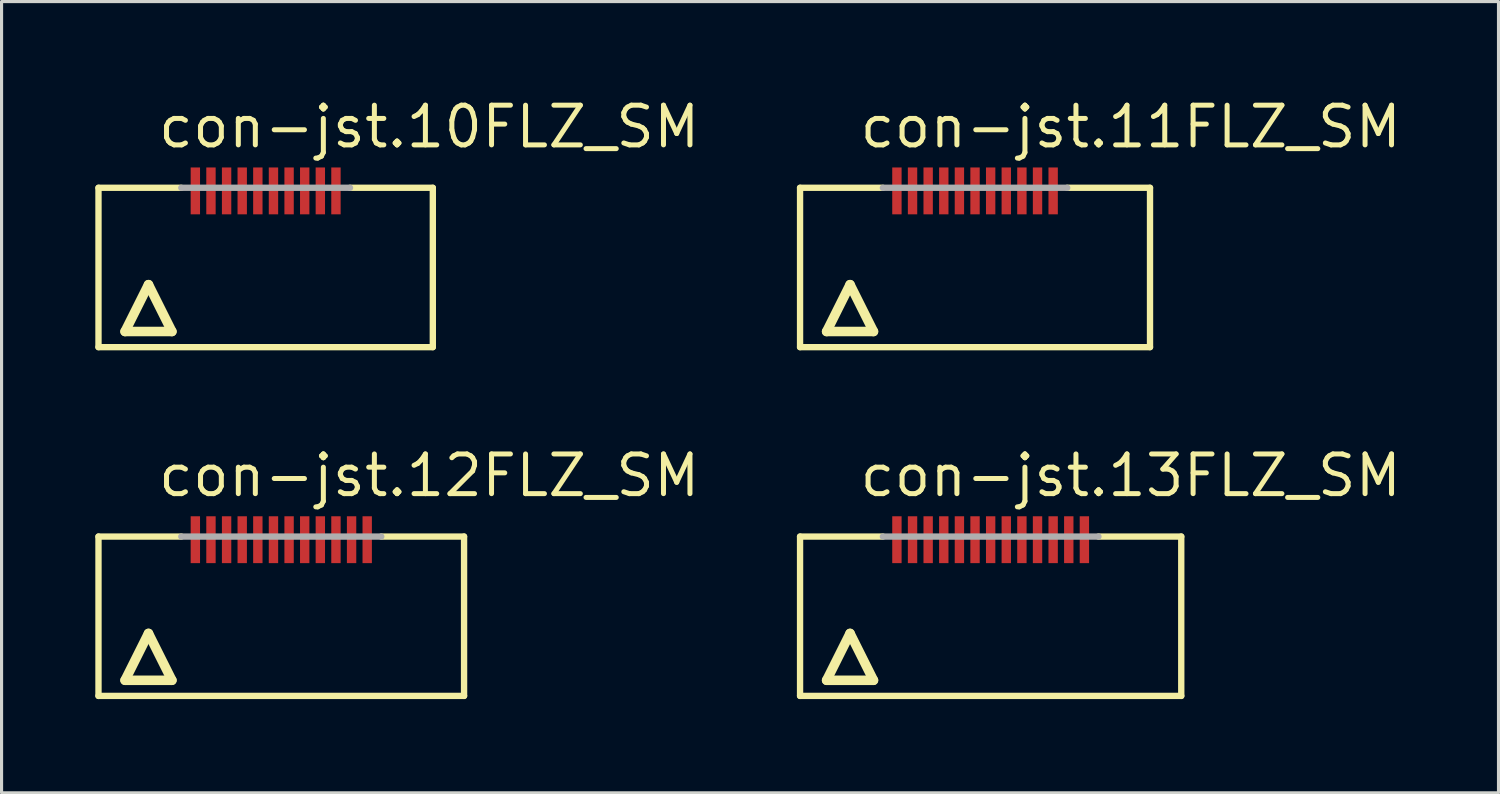
<source format=kicad_pcb>
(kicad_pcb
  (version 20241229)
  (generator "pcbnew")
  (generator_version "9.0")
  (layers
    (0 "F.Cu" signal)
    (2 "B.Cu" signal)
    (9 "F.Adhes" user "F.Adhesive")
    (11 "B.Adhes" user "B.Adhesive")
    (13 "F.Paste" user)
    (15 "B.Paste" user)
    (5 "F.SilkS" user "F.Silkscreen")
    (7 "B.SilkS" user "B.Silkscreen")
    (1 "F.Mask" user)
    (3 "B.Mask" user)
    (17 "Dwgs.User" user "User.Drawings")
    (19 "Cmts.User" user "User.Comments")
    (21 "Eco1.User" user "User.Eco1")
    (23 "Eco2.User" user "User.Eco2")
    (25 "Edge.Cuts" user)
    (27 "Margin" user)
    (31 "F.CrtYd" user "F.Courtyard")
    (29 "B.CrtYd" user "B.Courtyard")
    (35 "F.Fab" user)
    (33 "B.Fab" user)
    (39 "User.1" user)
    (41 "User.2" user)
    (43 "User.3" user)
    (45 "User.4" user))
  (footprint "con-jst.12FLZ_SM"
    (layer "F.Cu")
    (at 5.952 16.722)
    (property "Reference" "con-jst.12FLZ_SM" (at -4.02 -3.81 0) (layer "F.SilkS") (effects (font (size 1.27 1.27) (thickness 0.16)) (justify left bottom)))
    (attr smd)
    (fp_line (start -5.85 -2.6) (end -3.2 -2.6) (stroke (width 0.203) (type default)) (layer "F.SilkS"))
    (fp_line (start -5.85 2.5) (end -5.85 -2.6) (stroke (width 0.203) (type default)) (layer "F.SilkS"))
    (fp_line (start -5 2) (end -3.5 2) (stroke (width 0.305) (type default)) (layer "F.SilkS"))
    (fp_line (start -4.25 0.5) (end -5 2) (stroke (width 0.305) (type default)) (layer "F.SilkS"))
    (fp_line (start -3.5 2) (end -4.25 0.5) (stroke (width 0.305) (type default)) (layer "F.SilkS"))
    (fp_line (start 3.2 -2.6) (end 5.85 -2.6) (stroke (width 0.203) (type default)) (layer "F.SilkS"))
    (fp_line (start 5.85 -2.6) (end 5.85 2.5) (stroke (width 0.203) (type default)) (layer "F.SilkS"))
    (fp_line (start 5.85 2.5) (end -5.85 2.5) (stroke (width 0.203) (type default)) (layer "F.SilkS"))
    (fp_line (start -3.2 -2.6) (end 3.2 -2.6) (stroke (width 0.203) (type default)) (layer "F.Fab"))
    (pad "1" smd roundrect (at -2.75 -2.5) (size 0.3 1.5) (layers "F.Cu" "F.Mask" "F.Paste") (roundrect_rratio 0.01))
    (pad "2" smd roundrect (at -2.25 -2.5) (size 0.3 1.5) (layers "F.Cu" "F.Mask" "F.Paste") (roundrect_rratio 0.01))
    (pad "3" smd roundrect (at -1.75 -2.5) (size 0.3 1.5) (layers "F.Cu" "F.Mask" "F.Paste") (roundrect_rratio 0.01))
    (pad "4" smd roundrect (at -1.25 -2.5) (size 0.3 1.5) (layers "F.Cu" "F.Mask" "F.Paste") (roundrect_rratio 0.01))
    (pad "5" smd roundrect (at -0.75 -2.5) (size 0.3 1.5) (layers "F.Cu" "F.Mask" "F.Paste") (roundrect_rratio 0.01))
    (pad "6" smd roundrect (at -0.25 -2.5) (size 0.3 1.5) (layers "F.Cu" "F.Mask" "F.Paste") (roundrect_rratio 0.01))
    (pad "7" smd roundrect (at 0.25 -2.5) (size 0.3 1.5) (layers "F.Cu" "F.Mask" "F.Paste") (roundrect_rratio 0.01))
    (pad "8" smd roundrect (at 0.75 -2.5) (size 0.3 1.5) (layers "F.Cu" "F.Mask" "F.Paste") (roundrect_rratio 0.01))
    (pad "9" smd roundrect (at 1.25 -2.5) (size 0.3 1.5) (layers "F.Cu" "F.Mask" "F.Paste") (roundrect_rratio 0.01))
    (pad "10" smd roundrect (at 1.75 -2.5) (size 0.3 1.5) (layers "F.Cu" "F.Mask" "F.Paste") (roundrect_rratio 0.01))
    (pad "11" smd roundrect (at 2.25 -2.5) (size 0.3 1.5) (layers "F.Cu" "F.Mask" "F.Paste") (roundrect_rratio 0.01))
    (pad "12" smd roundrect (at 2.75 -2.5) (size 0.3 1.5) (layers "F.Cu" "F.Mask" "F.Paste") (roundrect_rratio 0.01)))
  (footprint "con-jst.10FLZ_SM"
    (layer "F.Cu")
    (at 5.452 5.56)
    (property "Reference" "con-jst.10FLZ_SM" (at -3.52 -3.81 0) (layer "F.SilkS") (effects (font (size 1.27 1.27) (thickness 0.16)) (justify left bottom)))
    (attr smd)
    (fp_line (start -5.35 -2.6) (end -2.7 -2.6) (stroke (width 0.203) (type default)) (layer "F.SilkS"))
    (fp_line (start -5.35 2.5) (end -5.35 -2.6) (stroke (width 0.203) (type default)) (layer "F.SilkS"))
    (fp_line (start -4.5 2) (end -3 2) (stroke (width 0.305) (type default)) (layer "F.SilkS"))
    (fp_line (start -3.75 0.5) (end -4.5 2) (stroke (width 0.305) (type default)) (layer "F.SilkS"))
    (fp_line (start -3 2) (end -3.75 0.5) (stroke (width 0.305) (type default)) (layer "F.SilkS"))
    (fp_line (start 2.7 -2.6) (end 5.35 -2.6) (stroke (width 0.203) (type default)) (layer "F.SilkS"))
    (fp_line (start 5.35 -2.6) (end 5.35 2.5) (stroke (width 0.203) (type default)) (layer "F.SilkS"))
    (fp_line (start 5.35 2.5) (end -5.35 2.5) (stroke (width 0.203) (type default)) (layer "F.SilkS"))
    (fp_line (start -2.7 -2.6) (end 2.7 -2.6) (stroke (width 0.203) (type default)) (layer "F.Fab"))
    (pad "1" smd roundrect (at -2.25 -2.5) (size 0.3 1.5) (layers "F.Cu" "F.Mask" "F.Paste") (roundrect_rratio 0.01))
    (pad "2" smd roundrect (at -1.75 -2.5) (size 0.3 1.5) (layers "F.Cu" "F.Mask" "F.Paste") (roundrect_rratio 0.01))
    (pad "3" smd roundrect (at -1.25 -2.5) (size 0.3 1.5) (layers "F.Cu" "F.Mask" "F.Paste") (roundrect_rratio 0.01))
    (pad "4" smd roundrect (at -0.75 -2.5) (size 0.3 1.5) (layers "F.Cu" "F.Mask" "F.Paste") (roundrect_rratio 0.01))
    (pad "5" smd roundrect (at -0.25 -2.5) (size 0.3 1.5) (layers "F.Cu" "F.Mask" "F.Paste") (roundrect_rratio 0.01))
    (pad "6" smd roundrect (at 0.25 -2.5) (size 0.3 1.5) (layers "F.Cu" "F.Mask" "F.Paste") (roundrect_rratio 0.01))
    (pad "7" smd roundrect (at 0.75 -2.5) (size 0.3 1.5) (layers "F.Cu" "F.Mask" "F.Paste") (roundrect_rratio 0.01))
    (pad "8" smd roundrect (at 1.25 -2.5) (size 0.3 1.5) (layers "F.Cu" "F.Mask" "F.Paste") (roundrect_rratio 0.01))
    (pad "9" smd roundrect (at 1.75 -2.5) (size 0.3 1.5) (layers "F.Cu" "F.Mask" "F.Paste") (roundrect_rratio 0.01))
    (pad "10" smd roundrect (at 2.25 -2.5) (size 0.3 1.5) (layers "F.Cu" "F.Mask" "F.Paste") (roundrect_rratio 0.01)))
  (footprint "con-jst.11FLZ_SM"
    (layer "F.Cu")
    (at 28.155 5.56)
    (property "Reference" "con-jst.11FLZ_SM" (at -3.77 -3.81 0) (layer "F.SilkS") (effects (font (size 1.27 1.27) (thickness 0.16)) (justify left bottom)))
    (attr smd)
    (fp_line (start -5.6 -2.6) (end -2.95 -2.6) (stroke (width 0.203) (type default)) (layer "F.SilkS"))
    (fp_line (start -5.6 2.5) (end -5.6 -2.6) (stroke (width 0.203) (type default)) (layer "F.SilkS"))
    (fp_line (start -4.75 2) (end -3.25 2) (stroke (width 0.305) (type default)) (layer "F.SilkS"))
    (fp_line (start -4 0.5) (end -4.75 2) (stroke (width 0.305) (type default)) (layer "F.SilkS"))
    (fp_line (start -3.25 2) (end -4 0.5) (stroke (width 0.305) (type default)) (layer "F.SilkS"))
    (fp_line (start 2.95 -2.6) (end 5.6 -2.6) (stroke (width 0.203) (type default)) (layer "F.SilkS"))
    (fp_line (start 5.6 -2.6) (end 5.6 2.5) (stroke (width 0.203) (type default)) (layer "F.SilkS"))
    (fp_line (start 5.6 2.5) (end -5.6 2.5) (stroke (width 0.203) (type default)) (layer "F.SilkS"))
    (fp_line (start -2.95 -2.6) (end 2.95 -2.6) (stroke (width 0.203) (type default)) (layer "F.Fab"))
    (pad "1" smd roundrect (at -2.5 -2.5) (size 0.3 1.5) (layers "F.Cu" "F.Mask" "F.Paste") (roundrect_rratio 0.01))
    (pad "2" smd roundrect (at -2 -2.5) (size 0.3 1.5) (layers "F.Cu" "F.Mask" "F.Paste") (roundrect_rratio 0.01))
    (pad "3" smd roundrect (at -1.5 -2.5) (size 0.3 1.5) (layers "F.Cu" "F.Mask" "F.Paste") (roundrect_rratio 0.01))
    (pad "4" smd roundrect (at -1 -2.5) (size 0.3 1.5) (layers "F.Cu" "F.Mask" "F.Paste") (roundrect_rratio 0.01))
    (pad "5" smd roundrect (at -0.5 -2.5) (size 0.3 1.5) (layers "F.Cu" "F.Mask" "F.Paste") (roundrect_rratio 0.01))
    (pad "6" smd roundrect (at 0 -2.5) (size 0.3 1.5) (layers "F.Cu" "F.Mask" "F.Paste") (roundrect_rratio 0.01))
    (pad "7" smd roundrect (at 0.5 -2.5) (size 0.3 1.5) (layers "F.Cu" "F.Mask" "F.Paste") (roundrect_rratio 0.01))
    (pad "8" smd roundrect (at 1 -2.5) (size 0.3 1.5) (layers "F.Cu" "F.Mask" "F.Paste") (roundrect_rratio 0.01))
    (pad "9" smd roundrect (at 1.5 -2.5) (size 0.3 1.5) (layers "F.Cu" "F.Mask" "F.Paste") (roundrect_rratio 0.01))
    (pad "10" smd roundrect (at 2 -2.5) (size 0.3 1.5) (layers "F.Cu" "F.Mask" "F.Paste") (roundrect_rratio 0.01))
    (pad "11" smd roundrect (at 2.5 -2.5) (size 0.3 1.5) (layers "F.Cu" "F.Mask" "F.Paste") (roundrect_rratio 0.01)))
  (footprint "con-jst.13FLZ_SM"
    (layer "F.Cu")
    (at 28.655 16.722)
    (property "Reference" "con-jst.13FLZ_SM" (at -4.27 -3.81 0) (layer "F.SilkS") (effects (font (size 1.27 1.27) (thickness 0.16)) (justify left bottom)))
    (attr smd)
    (fp_line (start -6.1 -2.6) (end -3.45 -2.6) (stroke (width 0.203) (type default)) (layer "F.SilkS"))
    (fp_line (start -6.1 2.5) (end -6.1 -2.6) (stroke (width 0.203) (type default)) (layer "F.SilkS"))
    (fp_line (start -5.25 2) (end -3.75 2) (stroke (width 0.305) (type default)) (layer "F.SilkS"))
    (fp_line (start -4.5 0.5) (end -5.25 2) (stroke (width 0.305) (type default)) (layer "F.SilkS"))
    (fp_line (start -3.75 2) (end -4.5 0.5) (stroke (width 0.305) (type default)) (layer "F.SilkS"))
    (fp_line (start 3.45 -2.6) (end 6.1 -2.6) (stroke (width 0.203) (type default)) (layer "F.SilkS"))
    (fp_line (start 6.1 -2.6) (end 6.1 2.5) (stroke (width 0.203) (type default)) (layer "F.SilkS"))
    (fp_line (start 6.1 2.5) (end -6.1 2.5) (stroke (width 0.203) (type default)) (layer "F.SilkS"))
    (fp_line (start -3.45 -2.6) (end 3.45 -2.6) (stroke (width 0.203) (type default)) (layer "F.Fab"))
    (pad "1" smd roundrect (at -3 -2.5) (size 0.3 1.5) (layers "F.Cu" "F.Mask" "F.Paste") (roundrect_rratio 0.01))
    (pad "2" smd roundrect (at -2.5 -2.5) (size 0.3 1.5) (layers "F.Cu" "F.Mask" "F.Paste") (roundrect_rratio 0.01))
    (pad "3" smd roundrect (at -2 -2.5) (size 0.3 1.5) (layers "F.Cu" "F.Mask" "F.Paste") (roundrect_rratio 0.01))
    (pad "4" smd roundrect (at -1.5 -2.5) (size 0.3 1.5) (layers "F.Cu" "F.Mask" "F.Paste") (roundrect_rratio 0.01))
    (pad "5" smd roundrect (at -1 -2.5) (size 0.3 1.5) (layers "F.Cu" "F.Mask" "F.Paste") (roundrect_rratio 0.01))
    (pad "6" smd roundrect (at -0.5 -2.5) (size 0.3 1.5) (layers "F.Cu" "F.Mask" "F.Paste") (roundrect_rratio 0.01))
    (pad "7" smd roundrect (at 0 -2.5) (size 0.3 1.5) (layers "F.Cu" "F.Mask" "F.Paste") (roundrect_rratio 0.01))
    (pad "8" smd roundrect (at 0.5 -2.5) (size 0.3 1.5) (layers "F.Cu" "F.Mask" "F.Paste") (roundrect_rratio 0.01))
    (pad "9" smd roundrect (at 1 -2.5) (size 0.3 1.5) (layers "F.Cu" "F.Mask" "F.Paste") (roundrect_rratio 0.01))
    (pad "10" smd roundrect (at 1.5 -2.5) (size 0.3 1.5) (layers "F.Cu" "F.Mask" "F.Paste") (roundrect_rratio 0.01))
    (pad "11" smd roundrect (at 2 -2.5) (size 0.3 1.5) (layers "F.Cu" "F.Mask" "F.Paste") (roundrect_rratio 0.01))
    (pad "12" smd roundrect (at 2.5 -2.5) (size 0.3 1.5) (layers "F.Cu" "F.Mask" "F.Paste") (roundrect_rratio 0.01))
    (pad "13" smd roundrect (at 3 -2.5) (size 0.3 1.5) (layers "F.Cu" "F.Mask" "F.Paste") (roundrect_rratio 0.01)))
  (gr_rect
    (start -3 -3)
    (end 44.908 22.323)
    (stroke (width 0.1) (type default))
    (fill no)
    (layer "Edge.Cuts")))
</source>
